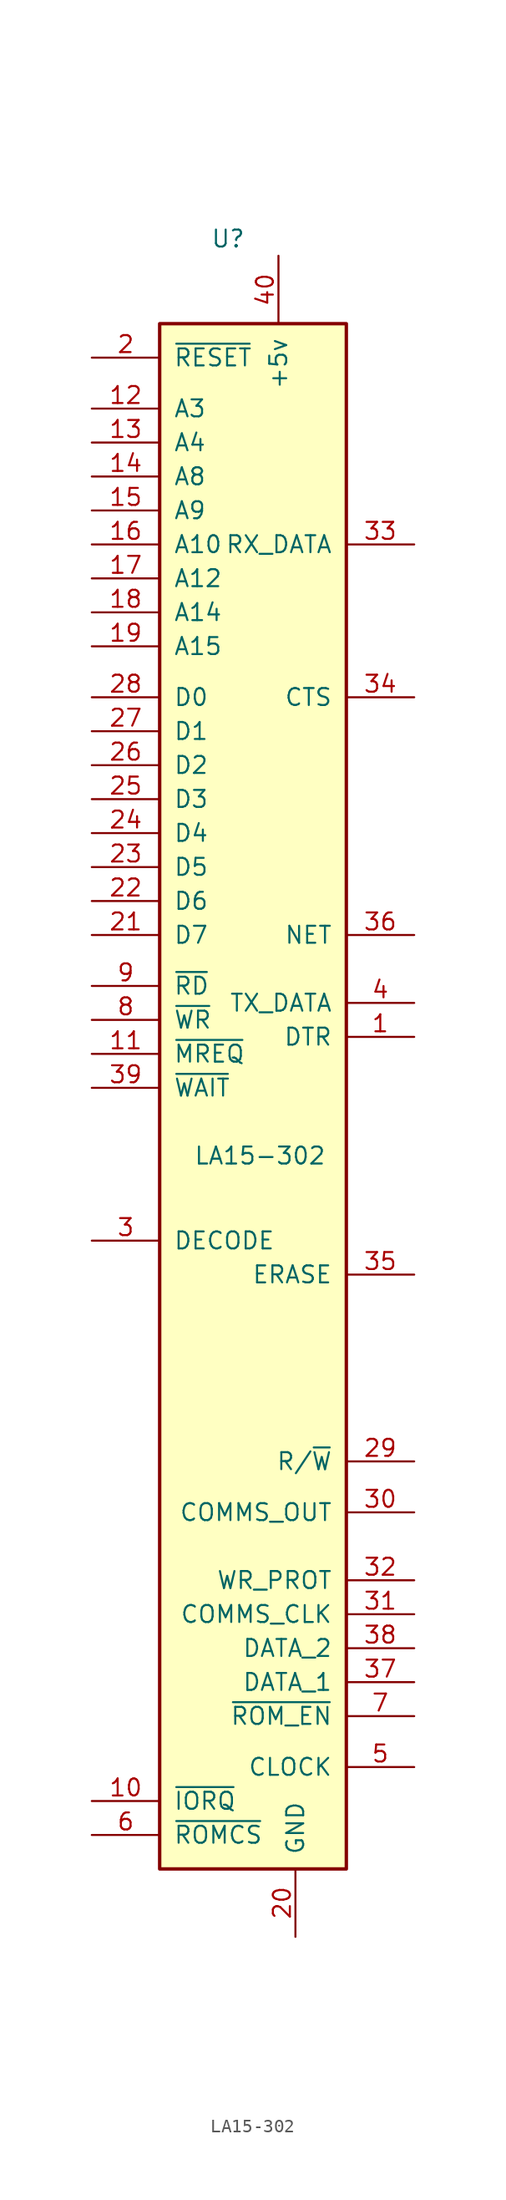
<source format=kicad_sym>
(kicad_symbol_lib
  (version 20220914)
  (generator kicad_symbol_editor)
  (symbol "LA15-302"
    (pin_names
      (offset 1.016))
    (property "Reference" "U"
      (at 7.62 88.9 0)
      (effects (font (size 1.27 1.27)) (justify left)))
    (property "Value" "LA15-302"
      (at 6.35 20.32 0)
      (effects (font (size 1.27 1.27)) (justify left)))
    (symbol "LA15-302_0_1"
      (rectangle (start 3.81 82.55) (end 17.78 -33.02) (stroke (width 0.254) (type default)) (fill (type background))))
    (symbol "LA15-302_1_1"
      (pin bidirectional line (at 22.86 29.21 180) (length 5.08) (name "DTR" (effects (font (size 1.27 1.27)))) (number "1" (effects (font (size 1.27 1.27)))))
      (pin input line (at -1.27 -27.94 0) (length 5.08) (name "~{IORQ}" (effects (font (size 1.27 1.27)))) (number "10" (effects (font (size 1.27 1.27)))))
      (pin bidirectional line (at -1.27 27.94 0) (length 5.08) (name "~{MREQ}" (effects (font (size 1.27 1.27)))) (number "11" (effects (font (size 1.27 1.27)))))
      (pin tri_state line (at -1.27 76.2 0) (length 5.08) (name "A3" (effects (font (size 1.27 1.27)))) (number "12" (effects (font (size 1.27 1.27)))))
      (pin tri_state line (at -1.27 73.66 0) (length 5.08) (name "A4" (effects (font (size 1.27 1.27)))) (number "13" (effects (font (size 1.27 1.27)))))
      (pin tri_state line (at -1.27 71.12 0) (length 5.08) (name "A8" (effects (font (size 1.27 1.27)))) (number "14" (effects (font (size 1.27 1.27)))))
      (pin tri_state line (at -1.27 68.58 0) (length 5.08) (name "A9" (effects (font (size 1.27 1.27)))) (number "15" (effects (font (size 1.27 1.27)))))
      (pin tri_state line (at -1.27 66.04 0) (length 5.08) (name "A10" (effects (font (size 1.27 1.27)))) (number "16" (effects (font (size 1.27 1.27)))))
      (pin tri_state line (at -1.27 63.5 0) (length 5.08) (name "A12" (effects (font (size 1.27 1.27)))) (number "17" (effects (font (size 1.27 1.27)))))
      (pin tri_state line (at -1.27 60.96 0) (length 5.08) (name "A14" (effects (font (size 1.27 1.27)))) (number "18" (effects (font (size 1.27 1.27)))))
      (pin tri_state line (at -1.27 58.42 0) (length 5.08) (name "A15" (effects (font (size 1.27 1.27)))) (number "19" (effects (font (size 1.27 1.27)))))
      (pin input line (at -1.27 80.01 0) (length 5.08) (name "~{RESET}" (effects (font (size 1.27 1.27)))) (number "2" (effects (font (size 1.27 1.27)))))
      (pin power_in line (at 13.97 -38.1 90) (length 5.08) (name "GND" (effects (font (size 1.27 1.27)))) (number "20" (effects (font (size 1.27 1.27)))))
      (pin tri_state line (at -1.27 36.83 0) (length 5.08) (name "D7" (effects (font (size 1.27 1.27)))) (number "21" (effects (font (size 1.27 1.27)))))
      (pin tri_state line (at -1.27 39.37 0) (length 5.08) (name "D6" (effects (font (size 1.27 1.27)))) (number "22" (effects (font (size 1.27 1.27)))))
      (pin tri_state line (at -1.27 41.91 0) (length 5.08) (name "D5" (effects (font (size 1.27 1.27)))) (number "23" (effects (font (size 1.27 1.27)))))
      (pin tri_state line (at -1.27 44.45 0) (length 5.08) (name "D4" (effects (font (size 1.27 1.27)))) (number "24" (effects (font (size 1.27 1.27)))))
      (pin tri_state line (at -1.27 46.99 0) (length 5.08) (name "D3" (effects (font (size 1.27 1.27)))) (number "25" (effects (font (size 1.27 1.27)))))
      (pin tri_state line (at -1.27 49.53 0) (length 5.08) (name "D2" (effects (font (size 1.27 1.27)))) (number "26" (effects (font (size 1.27 1.27)))))
      (pin tri_state line (at -1.27 52.07 0) (length 5.08) (name "D1" (effects (font (size 1.27 1.27)))) (number "27" (effects (font (size 1.27 1.27)))))
      (pin tri_state line (at -1.27 54.61 0) (length 5.08) (name "D0" (effects (font (size 1.27 1.27)))) (number "28" (effects (font (size 1.27 1.27)))))
      (pin bidirectional line (at 22.86 -2.54 180) (length 5.08) (name "R/~{W}" (effects (font (size 1.27 1.27)))) (number "29" (effects (font (size 1.27 1.27)))))
      (pin input line (at -1.27 13.97 0) (length 5.08) (name "DECODE" (effects (font (size 1.27 1.27)))) (number "3" (effects (font (size 1.27 1.27)))))
      (pin output line (at 22.86 -6.35 180) (length 5.08) (name "COMMS_OUT" (effects (font (size 1.27 1.27)))) (number "30" (effects (font (size 1.27 1.27)))))
      (pin bidirectional line (at 22.86 -13.97 180) (length 5.08) (name "COMMS_CLK" (effects (font (size 1.27 1.27)))) (number "31" (effects (font (size 1.27 1.27)))))
      (pin bidirectional line (at 22.86 -11.43 180) (length 5.08) (name "WR_PROT" (effects (font (size 1.27 1.27)))) (number "32" (effects (font (size 1.27 1.27)))))
      (pin bidirectional line (at 22.86 66.04 180) (length 5.08) (name "RX_DATA" (effects (font (size 1.27 1.27)))) (number "33" (effects (font (size 1.27 1.27)))))
      (pin bidirectional line (at 22.86 54.61 180) (length 5.08) (name "CTS" (effects (font (size 1.27 1.27)))) (number "34" (effects (font (size 1.27 1.27)))))
      (pin output line (at 22.86 11.43 180) (length 5.08) (name "ERASE" (effects (font (size 1.27 1.27)))) (number "35" (effects (font (size 1.27 1.27)))))
      (pin bidirectional line (at 22.86 36.83 180) (length 5.08) (name "NET" (effects (font (size 1.27 1.27)))) (number "36" (effects (font (size 1.27 1.27)))))
      (pin bidirectional line (at 22.86 -19.05 180) (length 5.08) (name "DATA_1" (effects (font (size 1.27 1.27)))) (number "37" (effects (font (size 1.27 1.27)))))
      (pin bidirectional line (at 22.86 -16.51 180) (length 5.08) (name "DATA_2" (effects (font (size 1.27 1.27)))) (number "38" (effects (font (size 1.27 1.27)))))
      (pin input line (at -1.27 25.4 0) (length 5.08) (name "~{WAIT}" (effects (font (size 1.27 1.27)))) (number "39" (effects (font (size 1.27 1.27)))))
      (pin bidirectional line (at 22.86 31.75 180) (length 5.08) (name "TX_DATA" (effects (font (size 1.27 1.27)))) (number "4" (effects (font (size 1.27 1.27)))))
      (pin power_in line (at 12.7 87.63 270) (length 5.08) (name "+5v" (effects (font (size 1.27 1.27)))) (number "40" (effects (font (size 1.27 1.27)))))
      (pin input line (at 22.86 -25.4 180) (length 5.08) (name "CLOCK" (effects (font (size 1.27 1.27)))) (number "5" (effects (font (size 1.27 1.27)))))
      (pin output line (at -1.27 -30.48 0) (length 5.08) (name "~{ROMCS}" (effects (font (size 1.27 1.27)))) (number "6" (effects (font (size 1.27 1.27)))))
      (pin input line (at 22.86 -21.59 180) (length 5.08) (name "~{ROM_EN}" (effects (font (size 1.27 1.27)))) (number "7" (effects (font (size 1.27 1.27)))))
      (pin bidirectional line (at -1.27 30.48 0) (length 5.08) (name "~{WR}" (effects (font (size 1.27 1.27)))) (number "8" (effects (font (size 1.27 1.27)))))
      (pin bidirectional line (at -1.27 33.02 0) (length 5.08) (name "~{RD}" (effects (font (size 1.27 1.27)))) (number "9" (effects (font (size 1.27 1.27))))))))
</source>
